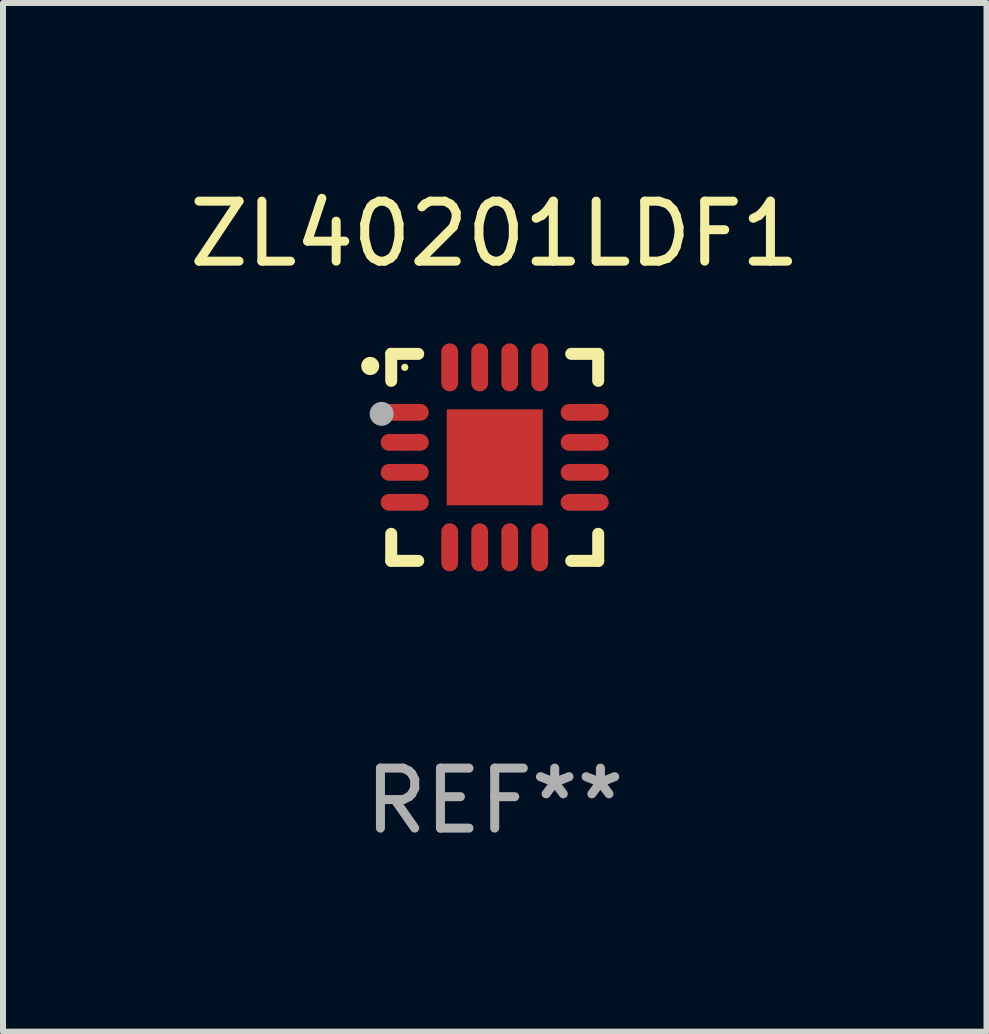
<source format=kicad_pcb>
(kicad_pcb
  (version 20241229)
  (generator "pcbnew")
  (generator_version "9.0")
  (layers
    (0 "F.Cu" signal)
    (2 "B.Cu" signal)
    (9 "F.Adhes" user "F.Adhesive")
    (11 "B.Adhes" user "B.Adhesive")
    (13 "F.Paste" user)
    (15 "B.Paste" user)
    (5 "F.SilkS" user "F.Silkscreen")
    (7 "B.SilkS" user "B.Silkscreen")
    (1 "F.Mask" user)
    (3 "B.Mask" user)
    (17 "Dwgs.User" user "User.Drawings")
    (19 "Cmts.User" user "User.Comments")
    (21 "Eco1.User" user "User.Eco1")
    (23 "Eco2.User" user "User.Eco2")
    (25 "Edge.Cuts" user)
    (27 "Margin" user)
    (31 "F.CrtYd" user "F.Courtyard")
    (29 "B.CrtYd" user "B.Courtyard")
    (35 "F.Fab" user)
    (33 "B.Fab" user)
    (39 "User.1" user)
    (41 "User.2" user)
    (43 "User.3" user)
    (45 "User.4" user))
  (footprint "ZL40201LDF1"
    (layer "F.Cu")
    (at 5.196 4.573)
    (property "Reference" "ZL40201LDF1" (at 0 -3.725 0) (layer "F.SilkS") (effects (font (size 1 1) (thickness 0.15))))
    (attr through_hole)
    (fp_line (start -1.725 -1.725) (end -1.275 -1.725) (stroke (width 0.2) (type solid)) (layer "F.SilkS"))
    (fp_line (start -1.725 -1.275) (end -1.725 -1.725) (stroke (width 0.2) (type solid)) (layer "F.SilkS"))
    (fp_line (start -1.725 1.725) (end -1.725 1.275) (stroke (width 0.2) (type solid)) (layer "F.SilkS"))
    (fp_line (start -1.275 1.725) (end -1.725 1.725) (stroke (width 0.2) (type solid)) (layer "F.SilkS"))
    (fp_line (start 1.275 -1.725) (end 1.725 -1.725) (stroke (width 0.2) (type solid)) (layer "F.SilkS"))
    (fp_line (start 1.275 1.725) (end 1.725 1.725) (stroke (width 0.2) (type solid)) (layer "F.SilkS"))
    (fp_line (start 1.725 -1.725) (end 1.725 -1.275) (stroke (width 0.2) (type solid)) (layer "F.SilkS"))
    (fp_line (start 1.725 1.725) (end 1.725 1.275) (stroke (width 0.2) (type solid)) (layer "F.SilkS"))
    (fp_arc (start -2.075184 -1.521463) (mid -2.075189 -1.522733) (end -2.075184 -1.524003) (stroke (width 0.3) (type solid)) (layer "F.SilkS"))
    (fp_circle (center -1.499 -1.5) (end -1.469 -1.5) (stroke (width 0.06) (type solid)) (fill no) (layer "F.SilkS"))
    (fp_circle (center -1.885 -0.725) (end -1.785 -0.725) (stroke (width 0.2) (type solid)) (fill no) (layer "F.Fab"))
    (fp_text user "REF**" (at 0 5.725 0) (layer "F.Fab") (effects (font (size 1 1) (thickness 0.15))))
    (pad "1" smd oval (at -1.5 -0.75 90) (size 0.28 0.8) (layers "F.Cu" "F.Mask" "F.Paste"))
    (pad "2" smd oval (at -1.5 -0.25 90) (size 0.28 0.8) (layers "F.Cu" "F.Mask" "F.Paste"))
    (pad "3" smd oval (at -1.5 0.25 90) (size 0.28 0.8) (layers "F.Cu" "F.Mask" "F.Paste"))
    (pad "4" smd oval (at -1.5 0.75 90) (size 0.28 0.8) (layers "F.Cu" "F.Mask" "F.Paste"))
    (pad "5" smd oval (at -0.75 1.5) (size 0.28 0.8) (layers "F.Cu" "F.Mask" "F.Paste"))
    (pad "6" smd oval (at -0.25 1.5) (size 0.28 0.8) (layers "F.Cu" "F.Mask" "F.Paste"))
    (pad "7" smd oval (at 0.25 1.5) (size 0.28 0.8) (layers "F.Cu" "F.Mask" "F.Paste"))
    (pad "8" smd oval (at 0.75 1.5) (size 0.28 0.8) (layers "F.Cu" "F.Mask" "F.Paste"))
    (pad "9" smd oval (at 1.5 0.75 90) (size 0.28 0.8) (layers "F.Cu" "F.Mask" "F.Paste"))
    (pad "10" smd oval (at 1.5 0.25 90) (size 0.28 0.8) (layers "F.Cu" "F.Mask" "F.Paste"))
    (pad "11" smd oval (at 1.5 -0.25 90) (size 0.28 0.8) (layers "F.Cu" "F.Mask" "F.Paste"))
    (pad "12" smd oval (at 1.5 -0.75 90) (size 0.28 0.8) (layers "F.Cu" "F.Mask" "F.Paste"))
    (pad "13" smd oval (at 0.75 -1.5) (size 0.28 0.8) (layers "F.Cu" "F.Mask" "F.Paste"))
    (pad "14" smd oval (at 0.25 -1.5) (size 0.28 0.8) (layers "F.Cu" "F.Mask" "F.Paste"))
    (pad "15" smd oval (at -0.25 -1.5) (size 0.28 0.8) (layers "F.Cu" "F.Mask" "F.Paste"))
    (pad "16" smd oval (at -0.75 -1.5) (size 0.28 0.8) (layers "F.Cu" "F.Mask" "F.Paste"))
    (pad "17" smd rect (at 0 -0.000051) (size 1.6 1.6) (layers "F.Cu" "F.Mask" "F.Paste")))
  (gr_rect
    (start -3 -3)
    (end 13.393 14.146)
    (stroke (width 0.1) (type default))
    (fill no)
    (layer "Edge.Cuts")))
</source>
